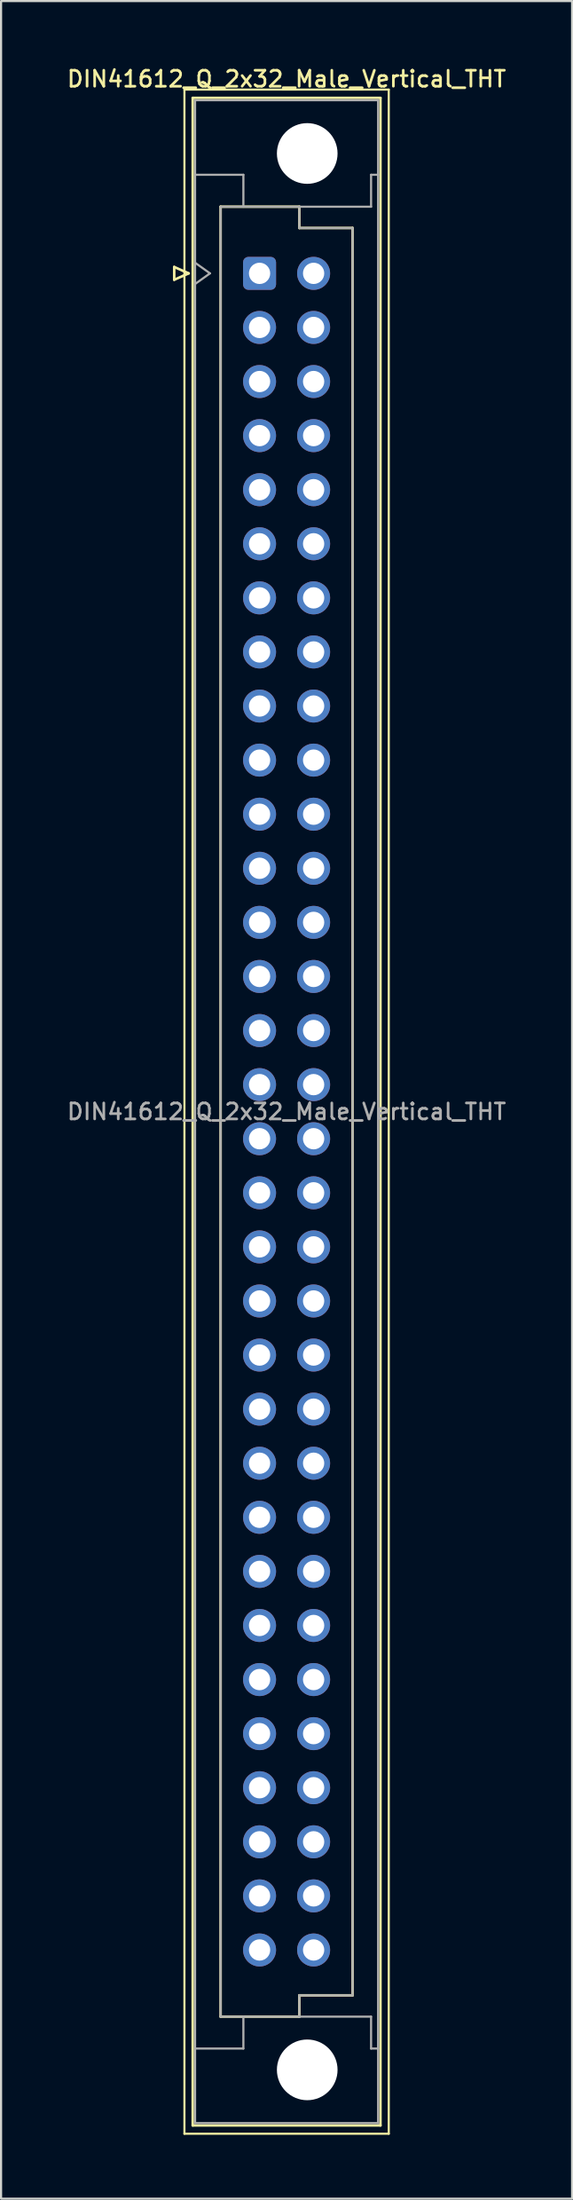
<source format=kicad_pcb>
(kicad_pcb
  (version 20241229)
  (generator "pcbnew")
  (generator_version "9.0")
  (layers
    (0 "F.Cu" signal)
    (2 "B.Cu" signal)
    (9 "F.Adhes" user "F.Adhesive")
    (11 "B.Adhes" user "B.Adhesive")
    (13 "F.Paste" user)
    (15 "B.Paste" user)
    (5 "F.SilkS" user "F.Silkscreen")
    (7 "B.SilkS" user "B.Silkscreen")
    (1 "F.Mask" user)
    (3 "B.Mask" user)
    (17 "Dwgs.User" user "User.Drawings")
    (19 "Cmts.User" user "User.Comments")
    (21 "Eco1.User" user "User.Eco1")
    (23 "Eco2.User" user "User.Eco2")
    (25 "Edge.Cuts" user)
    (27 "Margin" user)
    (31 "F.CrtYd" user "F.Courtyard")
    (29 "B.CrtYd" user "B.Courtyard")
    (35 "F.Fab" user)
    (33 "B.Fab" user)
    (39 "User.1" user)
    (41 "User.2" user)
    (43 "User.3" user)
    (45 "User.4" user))
  (footprint "DIN41612_Q_2x32_Male_Vertical_THT"
    (layer "F.Cu")
    (at 9.146 9.788)
    (property "Reference" "DIN41612_Q_2x32_Male_Vertical_THT" (at 1.27 -9.13 0) (layer "F.SilkS") (effects (font (size 0.75 0.75) (thickness 0.125))))
    (attr through_hole)
    (fp_line (start -4.01 -0.3) (end -4.01 0.3) (stroke (width 0.12) (type solid)) (layer "F.SilkS"))
    (fp_line (start -4.01 0.3) (end -3.33 0) (stroke (width 0.12) (type solid)) (layer "F.SilkS"))
    (fp_line (start -3.53 -8.63) (end 6.07 -8.63) (stroke (width 0.1) (type solid)) (layer "F.SilkS"))
    (fp_line (start -3.53 87.37) (end -3.53 -8.63) (stroke (width 0.1) (type solid)) (layer "F.SilkS"))
    (fp_line (start -3.33 0) (end -4.01 -0.3) (stroke (width 0.12) (type solid)) (layer "F.SilkS"))
    (fp_line (start -3.14 -8.24) (end 5.68 -8.24) (stroke (width 0.12) (type solid)) (layer "F.SilkS"))
    (fp_line (start -3.14 86.98) (end -3.14 -8.24) (stroke (width 0.12) (type solid)) (layer "F.SilkS"))
    (fp_line (start -1.83 -3.131) (end 1.87 -3.131) (stroke (width 0.12) (type solid)) (layer "F.SilkS"))
    (fp_line (start -1.83 81.87) (end -1.83 -3.131) (stroke (width 0.12) (type solid)) (layer "F.SilkS"))
    (fp_line (start 1.87 -3.131) (end 1.87 -2.131) (stroke (width 0.12) (type solid)) (layer "F.SilkS"))
    (fp_line (start 1.87 -2.131) (end 4.37 -2.131) (stroke (width 0.12) (type solid)) (layer "F.SilkS"))
    (fp_line (start 1.87 80.87) (end 1.87 81.87) (stroke (width 0.12) (type solid)) (layer "F.SilkS"))
    (fp_line (start 1.87 81.87) (end -1.83 81.87) (stroke (width 0.12) (type solid)) (layer "F.SilkS"))
    (fp_line (start 4.37 -2.131) (end 4.37 80.87) (stroke (width 0.12) (type solid)) (layer "F.SilkS"))
    (fp_line (start 4.37 80.87) (end 1.87 80.87) (stroke (width 0.12) (type solid)) (layer "F.SilkS"))
    (fp_line (start 5.68 -8.24) (end 5.68 86.98) (stroke (width 0.12) (type solid)) (layer "F.SilkS"))
    (fp_line (start 5.68 86.98) (end -3.14 86.98) (stroke (width 0.12) (type solid)) (layer "F.SilkS"))
    (fp_line (start 6.07 -8.63) (end 6.07 87.37) (stroke (width 0.1) (type solid)) (layer "F.SilkS"))
    (fp_line (start 6.07 87.37) (end -3.53 87.37) (stroke (width 0.1) (type solid)) (layer "F.SilkS"))
    (fp_line (start -3.03 -8.13) (end 5.57 -8.13) (stroke (width 0.1) (type solid)) (layer "F.Fab"))
    (fp_line (start -3.03 -4.63) (end -0.76 -4.63) (stroke (width 0.1) (type solid)) (layer "F.Fab"))
    (fp_line (start -3.03 -0.5) (end -2.33 0) (stroke (width 0.1) (type solid)) (layer "F.Fab"))
    (fp_line (start -3.03 83.37) (end -0.76 83.37) (stroke (width 0.1) (type solid)) (layer "F.Fab"))
    (fp_line (start -3.03 86.87) (end -3.03 -8.13) (stroke (width 0.1) (type solid)) (layer "F.Fab"))
    (fp_line (start -2.33 0) (end -3.03 0.5) (stroke (width 0.1) (type solid)) (layer "F.Fab"))
    (fp_line (start -1.83 -3.13) (end 1.87 -3.13) (stroke (width 0.1) (type solid)) (layer "F.Fab"))
    (fp_line (start -1.83 81.87) (end -1.83 -3.13) (stroke (width 0.1) (type solid)) (layer "F.Fab"))
    (fp_line (start -0.76 -4.63) (end -0.76 -3.13) (stroke (width 0.1) (type solid)) (layer "F.Fab"))
    (fp_line (start -0.76 83.37) (end -0.76 81.87) (stroke (width 0.1) (type solid)) (layer "F.Fab"))
    (fp_line (start 1.87 -3.13) (end 1.87 -2.13) (stroke (width 0.1) (type solid)) (layer "F.Fab"))
    (fp_line (start 1.87 -3.13) (end 5.24 -3.13) (stroke (width 0.1) (type solid)) (layer "F.Fab"))
    (fp_line (start 1.87 -2.13) (end 4.37 -2.13) (stroke (width 0.1) (type solid)) (layer "F.Fab"))
    (fp_line (start 1.87 80.87) (end 1.87 81.87) (stroke (width 0.1) (type solid)) (layer "F.Fab"))
    (fp_line (start 1.87 81.87) (end -1.83 81.87) (stroke (width 0.1) (type solid)) (layer "F.Fab"))
    (fp_line (start 1.87 81.87) (end 5.24 81.87) (stroke (width 0.1) (type solid)) (layer "F.Fab"))
    (fp_line (start 4.37 -2.13) (end 4.37 80.87) (stroke (width 0.1) (type solid)) (layer "F.Fab"))
    (fp_line (start 4.37 80.87) (end 1.87 80.87) (stroke (width 0.1) (type solid)) (layer "F.Fab"))
    (fp_line (start 5.24 -4.63) (end 5.57 -4.63) (stroke (width 0.1) (type solid)) (layer "F.Fab"))
    (fp_line (start 5.24 -3.13) (end 5.24 -4.63) (stroke (width 0.1) (type solid)) (layer "F.Fab"))
    (fp_line (start 5.24 81.87) (end 5.24 83.37) (stroke (width 0.1) (type solid)) (layer "F.Fab"))
    (fp_line (start 5.24 83.37) (end 5.57 83.37) (stroke (width 0.1) (type solid)) (layer "F.Fab"))
    (fp_line (start 5.57 -8.13) (end 5.57 86.87) (stroke (width 0.1) (type solid)) (layer "F.Fab"))
    (fp_line (start 5.57 86.87) (end -3.03 86.87) (stroke (width 0.1) (type solid)) (layer "F.Fab"))
    (fp_text user "${REFERENCE}" (at 1.27 39.37 0) (layer "F.Fab") (effects (font (size 0.75 0.75) (thickness 0.125))))
    (pad "" np_thru_hole circle (at 2.24 -5.63) (size 2.85 2.85) (drill 2.85) (layers "*.Cu" "*.Mask"))
    (pad "" np_thru_hole circle (at 2.24 84.37) (size 2.85 2.85) (drill 2.85) (layers "*.Cu" "*.Mask"))
    (pad "a1" thru_hole roundrect (at 0 0) (size 1.55 1.55) (drill 1) (layers "*.Cu" "*.Mask") (roundrect_rratio 0.161))
    (pad "a2" thru_hole circle (at 0 2.54) (size 1.55 1.55) (drill 1) (layers "*.Cu" "*.Mask"))
    (pad "a3" thru_hole circle (at 0 5.08) (size 1.55 1.55) (drill 1) (layers "*.Cu" "*.Mask"))
    (pad "a4" thru_hole circle (at 0 7.62) (size 1.55 1.55) (drill 1) (layers "*.Cu" "*.Mask"))
    (pad "a5" thru_hole circle (at 0 10.16) (size 1.55 1.55) (drill 1) (layers "*.Cu" "*.Mask"))
    (pad "a6" thru_hole circle (at 0 12.7) (size 1.55 1.55) (drill 1) (layers "*.Cu" "*.Mask"))
    (pad "a7" thru_hole circle (at 0 15.24) (size 1.55 1.55) (drill 1) (layers "*.Cu" "*.Mask"))
    (pad "a8" thru_hole circle (at 0 17.78) (size 1.55 1.55) (drill 1) (layers "*.Cu" "*.Mask"))
    (pad "a9" thru_hole circle (at 0 20.32) (size 1.55 1.55) (drill 1) (layers "*.Cu" "*.Mask"))
    (pad "a10" thru_hole circle (at 0 22.86) (size 1.55 1.55) (drill 1) (layers "*.Cu" "*.Mask"))
    (pad "a11" thru_hole circle (at 0 25.4) (size 1.55 1.55) (drill 1) (layers "*.Cu" "*.Mask"))
    (pad "a12" thru_hole circle (at 0 27.94) (size 1.55 1.55) (drill 1) (layers "*.Cu" "*.Mask"))
    (pad "a13" thru_hole circle (at 0 30.48) (size 1.55 1.55) (drill 1) (layers "*.Cu" "*.Mask"))
    (pad "a14" thru_hole circle (at 0 33.02) (size 1.55 1.55) (drill 1) (layers "*.Cu" "*.Mask"))
    (pad "a15" thru_hole circle (at 0 35.56) (size 1.55 1.55) (drill 1) (layers "*.Cu" "*.Mask"))
    (pad "a16" thru_hole circle (at 0 38.1) (size 1.55 1.55) (drill 1) (layers "*.Cu" "*.Mask"))
    (pad "a17" thru_hole circle (at 0 40.64) (size 1.55 1.55) (drill 1) (layers "*.Cu" "*.Mask"))
    (pad "a18" thru_hole circle (at 0 43.18) (size 1.55 1.55) (drill 1) (layers "*.Cu" "*.Mask"))
    (pad "a19" thru_hole circle (at 0 45.72) (size 1.55 1.55) (drill 1) (layers "*.Cu" "*.Mask"))
    (pad "a20" thru_hole circle (at 0 48.26) (size 1.55 1.55) (drill 1) (layers "*.Cu" "*.Mask"))
    (pad "a21" thru_hole circle (at 0 50.8) (size 1.55 1.55) (drill 1) (layers "*.Cu" "*.Mask"))
    (pad "a22" thru_hole circle (at 0 53.34) (size 1.55 1.55) (drill 1) (layers "*.Cu" "*.Mask"))
    (pad "a23" thru_hole circle (at 0 55.88) (size 1.55 1.55) (drill 1) (layers "*.Cu" "*.Mask"))
    (pad "a24" thru_hole circle (at 0 58.42) (size 1.55 1.55) (drill 1) (layers "*.Cu" "*.Mask"))
    (pad "a25" thru_hole circle (at 0 60.96) (size 1.55 1.55) (drill 1) (layers "*.Cu" "*.Mask"))
    (pad "a26" thru_hole circle (at 0 63.5) (size 1.55 1.55) (drill 1) (layers "*.Cu" "*.Mask"))
    (pad "a27" thru_hole circle (at 0 66.04) (size 1.55 1.55) (drill 1) (layers "*.Cu" "*.Mask"))
    (pad "a28" thru_hole circle (at 0 68.58) (size 1.55 1.55) (drill 1) (layers "*.Cu" "*.Mask"))
    (pad "a29" thru_hole circle (at 0 71.12) (size 1.55 1.55) (drill 1) (layers "*.Cu" "*.Mask"))
    (pad "a30" thru_hole circle (at 0 73.66) (size 1.55 1.55) (drill 1) (layers "*.Cu" "*.Mask"))
    (pad "a31" thru_hole circle (at 0 76.2) (size 1.55 1.55) (drill 1) (layers "*.Cu" "*.Mask"))
    (pad "a32" thru_hole circle (at 0 78.74) (size 1.55 1.55) (drill 1) (layers "*.Cu" "*.Mask"))
    (pad "b1" thru_hole circle (at 2.54 0) (size 1.55 1.55) (drill 1) (layers "*.Cu" "*.Mask"))
    (pad "b2" thru_hole circle (at 2.54 2.54) (size 1.55 1.55) (drill 1) (layers "*.Cu" "*.Mask"))
    (pad "b3" thru_hole circle (at 2.54 5.08) (size 1.55 1.55) (drill 1) (layers "*.Cu" "*.Mask"))
    (pad "b4" thru_hole circle (at 2.54 7.62) (size 1.55 1.55) (drill 1) (layers "*.Cu" "*.Mask"))
    (pad "b5" thru_hole circle (at 2.54 10.16) (size 1.55 1.55) (drill 1) (layers "*.Cu" "*.Mask"))
    (pad "b6" thru_hole circle (at 2.54 12.7) (size 1.55 1.55) (drill 1) (layers "*.Cu" "*.Mask"))
    (pad "b7" thru_hole circle (at 2.54 15.24) (size 1.55 1.55) (drill 1) (layers "*.Cu" "*.Mask"))
    (pad "b8" thru_hole circle (at 2.54 17.78) (size 1.55 1.55) (drill 1) (layers "*.Cu" "*.Mask"))
    (pad "b9" thru_hole circle (at 2.54 20.32) (size 1.55 1.55) (drill 1) (layers "*.Cu" "*.Mask"))
    (pad "b10" thru_hole circle (at 2.54 22.86) (size 1.55 1.55) (drill 1) (layers "*.Cu" "*.Mask"))
    (pad "b11" thru_hole circle (at 2.54 25.4) (size 1.55 1.55) (drill 1) (layers "*.Cu" "*.Mask"))
    (pad "b12" thru_hole circle (at 2.54 27.94) (size 1.55 1.55) (drill 1) (layers "*.Cu" "*.Mask"))
    (pad "b13" thru_hole circle (at 2.54 30.48) (size 1.55 1.55) (drill 1) (layers "*.Cu" "*.Mask"))
    (pad "b14" thru_hole circle (at 2.54 33.02) (size 1.55 1.55) (drill 1) (layers "*.Cu" "*.Mask"))
    (pad "b15" thru_hole circle (at 2.54 35.56) (size 1.55 1.55) (drill 1) (layers "*.Cu" "*.Mask"))
    (pad "b16" thru_hole circle (at 2.54 38.1) (size 1.55 1.55) (drill 1) (layers "*.Cu" "*.Mask"))
    (pad "b17" thru_hole circle (at 2.54 40.64) (size 1.55 1.55) (drill 1) (layers "*.Cu" "*.Mask"))
    (pad "b18" thru_hole circle (at 2.54 43.18) (size 1.55 1.55) (drill 1) (layers "*.Cu" "*.Mask"))
    (pad "b19" thru_hole circle (at 2.54 45.72) (size 1.55 1.55) (drill 1) (layers "*.Cu" "*.Mask"))
    (pad "b20" thru_hole circle (at 2.54 48.26) (size 1.55 1.55) (drill 1) (layers "*.Cu" "*.Mask"))
    (pad "b21" thru_hole circle (at 2.54 50.8) (size 1.55 1.55) (drill 1) (layers "*.Cu" "*.Mask"))
    (pad "b22" thru_hole circle (at 2.54 53.34) (size 1.55 1.55) (drill 1) (layers "*.Cu" "*.Mask"))
    (pad "b23" thru_hole circle (at 2.54 55.88) (size 1.55 1.55) (drill 1) (layers "*.Cu" "*.Mask"))
    (pad "b24" thru_hole circle (at 2.54 58.42) (size 1.55 1.55) (drill 1) (layers "*.Cu" "*.Mask"))
    (pad "b25" thru_hole circle (at 2.54 60.96) (size 1.55 1.55) (drill 1) (layers "*.Cu" "*.Mask"))
    (pad "b26" thru_hole circle (at 2.54 63.5) (size 1.55 1.55) (drill 1) (layers "*.Cu" "*.Mask"))
    (pad "b27" thru_hole circle (at 2.54 66.04) (size 1.55 1.55) (drill 1) (layers "*.Cu" "*.Mask"))
    (pad "b28" thru_hole circle (at 2.54 68.58) (size 1.55 1.55) (drill 1) (layers "*.Cu" "*.Mask"))
    (pad "b29" thru_hole circle (at 2.54 71.12) (size 1.55 1.55) (drill 1) (layers "*.Cu" "*.Mask"))
    (pad "b30" thru_hole circle (at 2.54 73.66) (size 1.55 1.55) (drill 1) (layers "*.Cu" "*.Mask"))
    (pad "b31" thru_hole circle (at 2.54 76.2) (size 1.55 1.55) (drill 1) (layers "*.Cu" "*.Mask"))
    (pad "b32" thru_hole circle (at 2.54 78.74) (size 1.55 1.55) (drill 1) (layers "*.Cu" "*.Mask")))
  (gr_rect
    (start -3 -3)
    (end 23.832 100.208)
    (stroke (width 0.1) (type default))
    (fill no)
    (layer "Edge.Cuts")))
</source>
